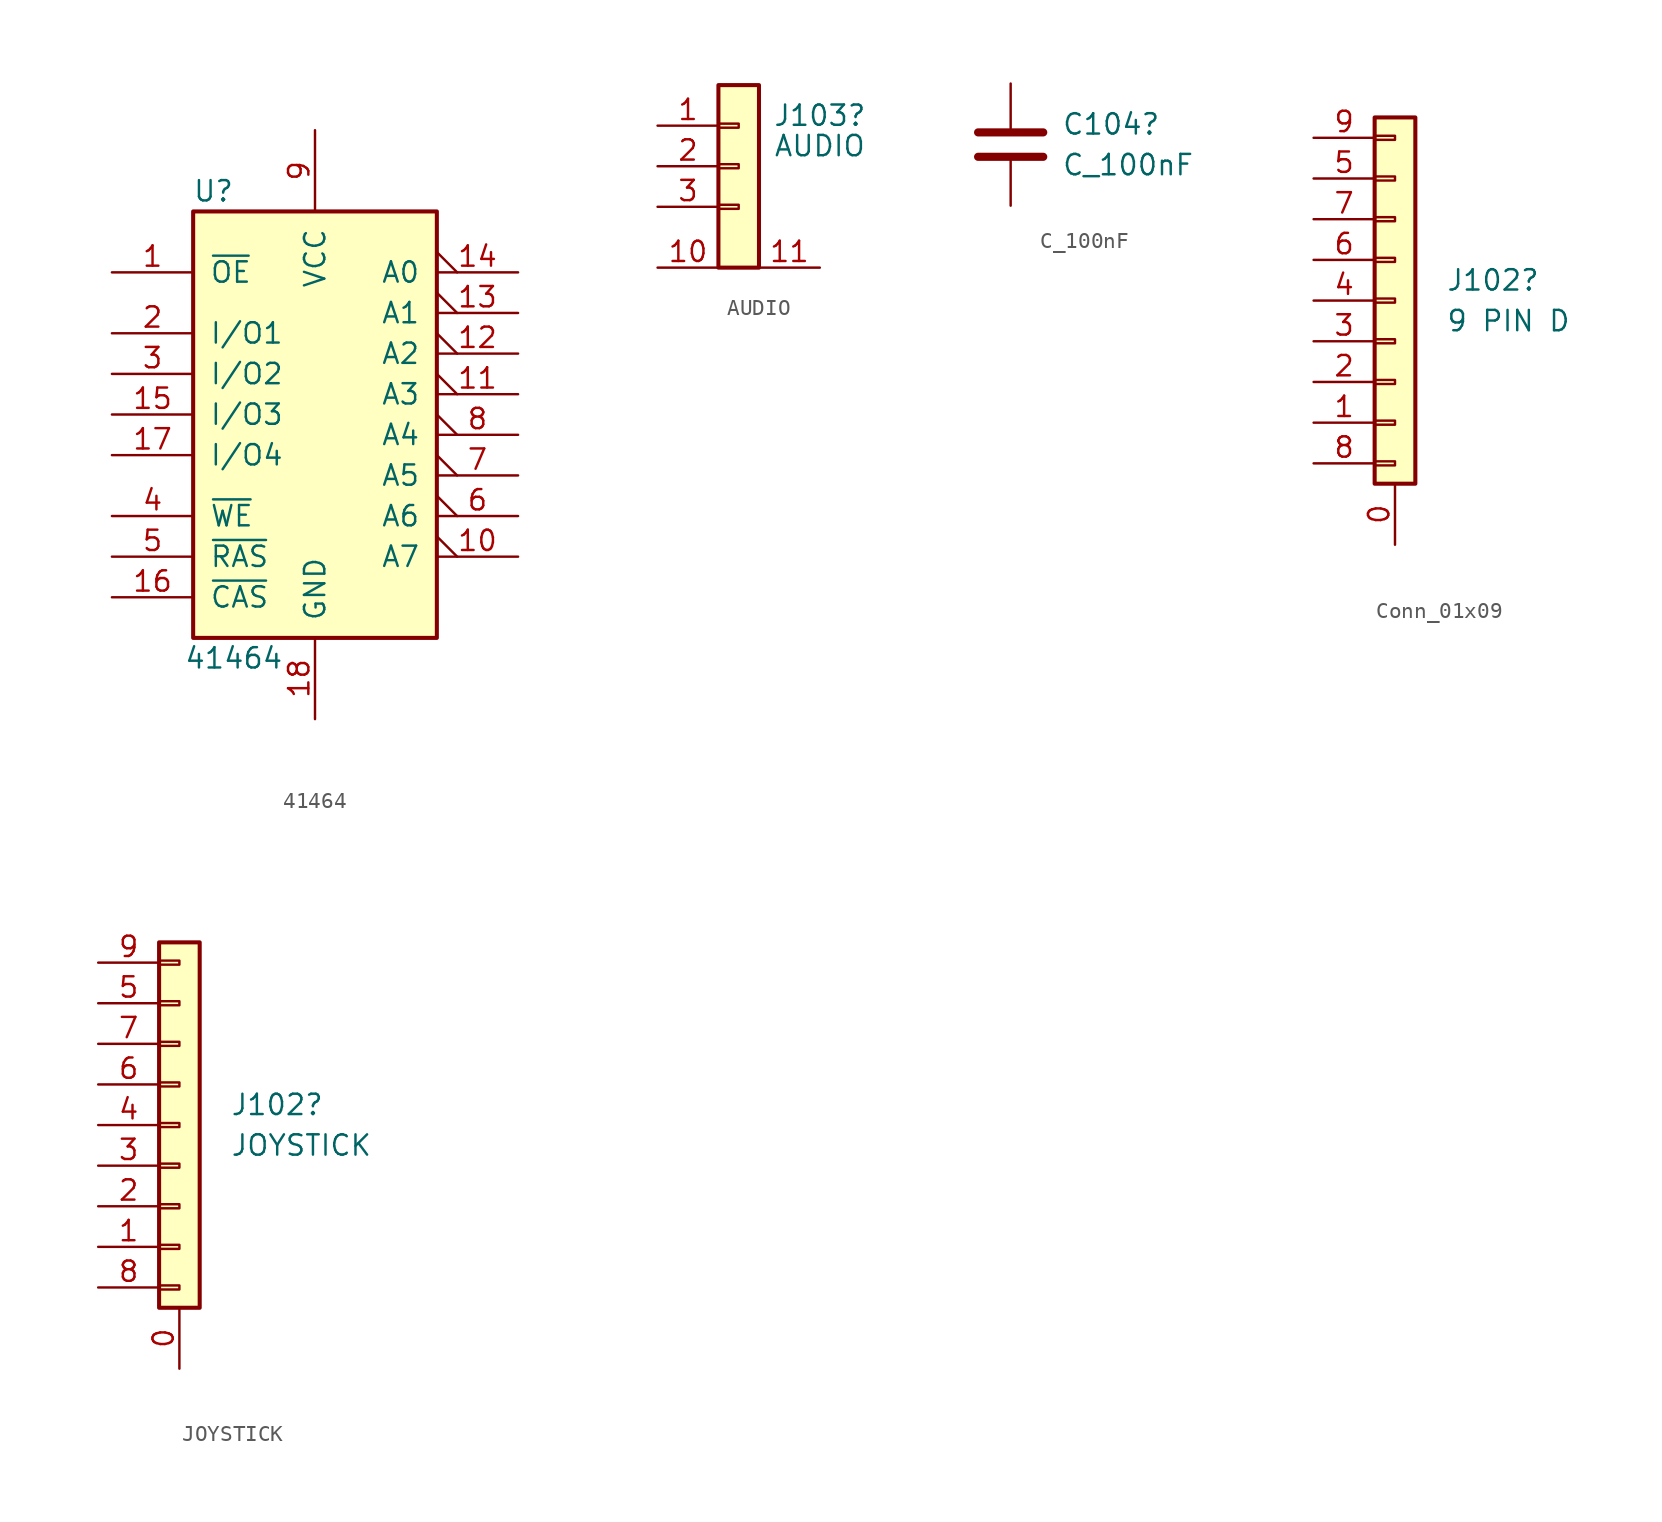
<source format=kicad_sym>
(kicad_symbol_lib
  (version 20211014)
  (generator kicad_symbol_editor)
  (symbol "41464"
    (pin_names
      (offset 1.016))
    (property "Reference" "U"
      (at -6.35 12.7 0)
      (effects (font (size 1.27 1.27))))
    (property "Value" "41464"
      (at -5.08 -16.51 0)
      (effects (font (size 1.27 1.27))))
    (symbol "41464_1_0"
      (pin input line (at -12.7 7.62 0) (length 5.08) (name "~{OE}" (effects (font (size 1.27 1.27)))) (number "1" (effects (font (size 1.27 1.27)))))
      (pin input output_low (at 12.7 -10.16 180) (length 5.08) (name "A7" (effects (font (size 1.27 1.27)))) (number "10" (effects (font (size 1.27 1.27)))))
      (pin input output_low (at 12.7 0 180) (length 5.08) (name "A3" (effects (font (size 1.27 1.27)))) (number "11" (effects (font (size 1.27 1.27)))))
      (pin input output_low (at 12.7 2.54 180) (length 5.08) (name "A2" (effects (font (size 1.27 1.27)))) (number "12" (effects (font (size 1.27 1.27)))))
      (pin input output_low (at 12.7 5.08 180) (length 5.08) (name "A1" (effects (font (size 1.27 1.27)))) (number "13" (effects (font (size 1.27 1.27)))))
      (pin input output_low (at 12.7 7.62 180) (length 5.08) (name "A0" (effects (font (size 1.27 1.27)))) (number "14" (effects (font (size 1.27 1.27)))))
      (pin bidirectional line (at -12.7 -1.27 0) (length 5.08) (name "I/O3" (effects (font (size 1.27 1.27)))) (number "15" (effects (font (size 1.27 1.27)))))
      (pin input line (at -12.7 -12.7 0) (length 5.08) (name "~{CAS}" (effects (font (size 1.27 1.27)))) (number "16" (effects (font (size 1.27 1.27)))))
      (pin bidirectional line (at -12.7 -3.81 0) (length 5.08) (name "I/O4" (effects (font (size 1.27 1.27)))) (number "17" (effects (font (size 1.27 1.27)))))
      (pin power_in line (at 0 -20.32 90) (length 5.08) (name "GND" (effects (font (size 1.27 1.27)))) (number "18" (effects (font (size 1.27 1.27)))))
      (pin bidirectional line (at -12.7 3.81 0) (length 5.08) (name "I/O1" (effects (font (size 1.27 1.27)))) (number "2" (effects (font (size 1.27 1.27)))))
      (pin bidirectional line (at -12.7 1.27 0) (length 5.08) (name "I/O2" (effects (font (size 1.27 1.27)))) (number "3" (effects (font (size 1.27 1.27)))))
      (pin input line (at -12.7 -7.62 0) (length 5.08) (name "~{WE}" (effects (font (size 1.27 1.27)))) (number "4" (effects (font (size 1.27 1.27)))))
      (pin input line (at -12.7 -10.16 0) (length 5.08) (name "~{RAS}" (effects (font (size 1.27 1.27)))) (number "5" (effects (font (size 1.27 1.27)))))
      (pin input output_low (at 12.7 -7.62 180) (length 5.08) (name "A6" (effects (font (size 1.27 1.27)))) (number "6" (effects (font (size 1.27 1.27)))))
      (pin input output_low (at 12.7 -5.08 180) (length 5.08) (name "A5" (effects (font (size 1.27 1.27)))) (number "7" (effects (font (size 1.27 1.27)))))
      (pin input output_low (at 12.7 -2.54 180) (length 5.08) (name "A4" (effects (font (size 1.27 1.27)))) (number "8" (effects (font (size 1.27 1.27)))))
      (pin power_in line (at 0 16.51 270) (length 5.08) (name "VCC" (effects (font (size 1.27 1.27)))) (number "9" (effects (font (size 1.27 1.27))))))
    (symbol "41464_1_1"
      (rectangle (start -7.62 11.43) (end 7.62 -15.24) (stroke (width 0.254) (type default) (color 0 0 0 0)) (fill (type background)))))
  (symbol "AUDIO"
    (pin_names
      (offset 1.016) hide)
    (property "Reference" "J103"
      (at 5.08 3.175 0)
      (effects (font (size 1.27 1.27))))
    (property "Value" "AUDIO"
      (at 5.08 1.27 0)
      (effects (font (size 1.27 1.27))))
    (symbol "AUDIO_1_1"
      (rectangle (start -1.27 -2.413) (end 0 -2.667) (stroke (width 0.152) (type default) (color 0 0 0 0)) (fill (type none)))
      (rectangle (start -1.27 0.127) (end 0 -0.127) (stroke (width 0.152) (type default) (color 0 0 0 0)) (fill (type none)))
      (rectangle (start -1.27 2.667) (end 0 2.413) (stroke (width 0.152) (type default) (color 0 0 0 0)) (fill (type none)))
      (rectangle (start -1.27 5.08) (end 1.27 -6.35) (stroke (width 0.254) (type default) (color 0 0 0 0)) (fill (type background)))
      (pin passive line (at -5.08 2.54 0) (length 3.81) (name "1" (effects (font (size 1.27 1.27)))) (number "1" (effects (font (size 1.27 1.27)))))
      (pin passive line (at -5.08 -6.35 0) (length 3.81) (name "10" (effects (font (size 1.27 1.27)))) (number "10" (effects (font (size 1.27 1.27)))))
      (pin passive line (at 5.08 -6.35 180) (length 3.81) (name "11" (effects (font (size 1.27 1.27)))) (number "11" (effects (font (size 1.27 1.27)))))
      (pin passive line (at -5.08 0 0) (length 3.81) (name "2" (effects (font (size 1.27 1.27)))) (number "2" (effects (font (size 1.27 1.27)))))
      (pin passive line (at -5.08 -2.54 0) (length 3.81) (name "Ground" (effects (font (size 1.27 1.27)))) (number "3" (effects (font (size 1.27 1.27)))))))
  (symbol "C_100nF"
    (pin_numbers hide)
    (pin_names
      (offset 0.254))
    (property "Reference" "C104"
      (at 3.175 1.27 0)
      (effects (font (size 1.27 1.27)) (justify left)))
    (property "Value" "C_100nF"
      (at 3.175 -1.27 0)
      (effects (font (size 1.27 1.27)) (justify left)))
    (symbol "C_100nF_0_1"
      (polyline (pts (xy -2.032 -0.762) (xy 2.032 -0.762)) (stroke (width 0.508) (type default) (color 0 0 0 0)) (fill (type none)))
      (polyline (pts (xy -2.032 0.762) (xy 2.032 0.762)) (stroke (width 0.508) (type default) (color 0 0 0 0)) (fill (type none))))
    (symbol "C_100nF_1_1"
      (pin passive line (at 0 3.81 270) (length 2.794) (name "~" (effects (font (size 1.27 1.27)))) (number "1" (effects (font (size 1.27 1.27)))))
      (pin passive line (at 0 -3.81 90) (length 2.794) (name "~" (effects (font (size 1.27 1.27)))) (number "2" (effects (font (size 1.27 1.27)))))))
  (symbol "Conn_01x09"
    (pin_names
      (offset 1.016) hide)
    (property "Reference" "J102"
      (at 3.175 1.27 0)
      (effects (font (size 1.27 1.27)) (justify left)))
    (property "Value" "9 PIN D"
      (at 3.175 -1.27 0)
      (effects (font (size 1.27 1.27)) (justify left)))
    (symbol "Conn_01x09_1_1"
      (rectangle (start -1.27 -10.033) (end 0 -10.287) (stroke (width 0.152) (type default) (color 0 0 0 0)) (fill (type none)))
      (rectangle (start -1.27 -7.493) (end 0 -7.747) (stroke (width 0.152) (type default) (color 0 0 0 0)) (fill (type none)))
      (rectangle (start -1.27 -4.953) (end 0 -5.207) (stroke (width 0.152) (type default) (color 0 0 0 0)) (fill (type none)))
      (rectangle (start -1.27 -2.413) (end 0 -2.667) (stroke (width 0.152) (type default) (color 0 0 0 0)) (fill (type none)))
      (rectangle (start -1.27 0.127) (end 0 -0.127) (stroke (width 0.152) (type default) (color 0 0 0 0)) (fill (type none)))
      (rectangle (start -1.27 2.667) (end 0 2.413) (stroke (width 0.152) (type default) (color 0 0 0 0)) (fill (type none)))
      (rectangle (start -1.27 5.207) (end 0 4.953) (stroke (width 0.152) (type default) (color 0 0 0 0)) (fill (type none)))
      (rectangle (start -1.27 7.747) (end 0 7.493) (stroke (width 0.152) (type default) (color 0 0 0 0)) (fill (type none)))
      (rectangle (start -1.27 10.287) (end 0 10.033) (stroke (width 0.152) (type default) (color 0 0 0 0)) (fill (type none)))
      (rectangle (start -1.27 11.43) (end 1.27 -11.43) (stroke (width 0.254) (type default) (color 0 0 0 0)) (fill (type background)))
      (pin passive line (at 0 -15.24 90) (length 3.81) (name "GND" (effects (font (size 1.27 1.27)))) (number "0" (effects (font (size 1.27 1.27)))))
      (pin passive line (at -5.08 -7.62 0) (length 3.81) (name "Pin_1" (effects (font (size 1.27 1.27)))) (number "1" (effects (font (size 1.27 1.27)))))
      (pin passive line (at -5.08 -5.08 0) (length 3.81) (name "Pin_2" (effects (font (size 1.27 1.27)))) (number "2" (effects (font (size 1.27 1.27)))))
      (pin passive line (at -5.08 -2.54 0) (length 3.81) (name "Pin_3" (effects (font (size 1.27 1.27)))) (number "3" (effects (font (size 1.27 1.27)))))
      (pin passive line (at -5.08 0 0) (length 3.81) (name "Pin_4" (effects (font (size 1.27 1.27)))) (number "4" (effects (font (size 1.27 1.27)))))
      (pin passive line (at -5.08 7.62 0) (length 3.81) (name "Pin_5" (effects (font (size 1.27 1.27)))) (number "5" (effects (font (size 1.27 1.27)))))
      (pin passive line (at -5.08 2.54 0) (length 3.81) (name "Pin_6" (effects (font (size 1.27 1.27)))) (number "6" (effects (font (size 1.27 1.27)))))
      (pin passive line (at -5.08 5.08 0) (length 3.81) (name "Pin_7" (effects (font (size 1.27 1.27)))) (number "7" (effects (font (size 1.27 1.27)))))
      (pin passive line (at -5.08 -10.16 0) (length 3.81) (name "Pin_8" (effects (font (size 1.27 1.27)))) (number "8" (effects (font (size 1.27 1.27)))))
      (pin passive line (at -5.08 10.16 0) (length 3.81) (name "Pin_9" (effects (font (size 1.27 1.27)))) (number "9" (effects (font (size 1.27 1.27)))))))
  (symbol "JOYSTICK"
    (pin_names
      (offset 1.016) hide)
    (property "Reference" "J102"
      (at 3.175 1.27 0)
      (effects (font (size 1.27 1.27)) (justify left)))
    (property "Value" "JOYSTICK"
      (at 3.175 -1.27 0)
      (effects (font (size 1.27 1.27)) (justify left)))
    (symbol "JOYSTICK_1_1"
      (rectangle (start -1.27 -10.033) (end 0 -10.287) (stroke (width 0.152) (type default) (color 0 0 0 0)) (fill (type none)))
      (rectangle (start -1.27 -7.493) (end 0 -7.747) (stroke (width 0.152) (type default) (color 0 0 0 0)) (fill (type none)))
      (rectangle (start -1.27 -4.953) (end 0 -5.207) (stroke (width 0.152) (type default) (color 0 0 0 0)) (fill (type none)))
      (rectangle (start -1.27 -2.413) (end 0 -2.667) (stroke (width 0.152) (type default) (color 0 0 0 0)) (fill (type none)))
      (rectangle (start -1.27 0.127) (end 0 -0.127) (stroke (width 0.152) (type default) (color 0 0 0 0)) (fill (type none)))
      (rectangle (start -1.27 2.667) (end 0 2.413) (stroke (width 0.152) (type default) (color 0 0 0 0)) (fill (type none)))
      (rectangle (start -1.27 5.207) (end 0 4.953) (stroke (width 0.152) (type default) (color 0 0 0 0)) (fill (type none)))
      (rectangle (start -1.27 7.747) (end 0 7.493) (stroke (width 0.152) (type default) (color 0 0 0 0)) (fill (type none)))
      (rectangle (start -1.27 10.287) (end 0 10.033) (stroke (width 0.152) (type default) (color 0 0 0 0)) (fill (type none)))
      (rectangle (start -1.27 11.43) (end 1.27 -11.43) (stroke (width 0.254) (type default) (color 0 0 0 0)) (fill (type background)))
      (pin passive line (at 0 -15.24 90) (length 3.81) (name "GND" (effects (font (size 1.27 1.27)))) (number "0" (effects (font (size 1.27 1.27)))))
      (pin passive line (at -5.08 -7.62 0) (length 3.81) (name "Pin_1" (effects (font (size 1.27 1.27)))) (number "1" (effects (font (size 1.27 1.27)))))
      (pin passive line (at -5.08 -5.08 0) (length 3.81) (name "Pin_2" (effects (font (size 1.27 1.27)))) (number "2" (effects (font (size 1.27 1.27)))))
      (pin passive line (at -5.08 -2.54 0) (length 3.81) (name "Pin_3" (effects (font (size 1.27 1.27)))) (number "3" (effects (font (size 1.27 1.27)))))
      (pin passive line (at -5.08 0 0) (length 3.81) (name "Pin_4" (effects (font (size 1.27 1.27)))) (number "4" (effects (font (size 1.27 1.27)))))
      (pin passive line (at -5.08 7.62 0) (length 3.81) (name "Pin_5" (effects (font (size 1.27 1.27)))) (number "5" (effects (font (size 1.27 1.27)))))
      (pin passive line (at -5.08 2.54 0) (length 3.81) (name "Pin_6" (effects (font (size 1.27 1.27)))) (number "6" (effects (font (size 1.27 1.27)))))
      (pin passive line (at -5.08 5.08 0) (length 3.81) (name "Pin_7" (effects (font (size 1.27 1.27)))) (number "7" (effects (font (size 1.27 1.27)))))
      (pin passive line (at -5.08 -10.16 0) (length 3.81) (name "Pin_8" (effects (font (size 1.27 1.27)))) (number "8" (effects (font (size 1.27 1.27)))))
      (pin passive line (at -5.08 10.16 0) (length 3.81) (name "Pin_9" (effects (font (size 1.27 1.27)))) (number "9" (effects (font (size 1.27 1.27))))))))
</source>
